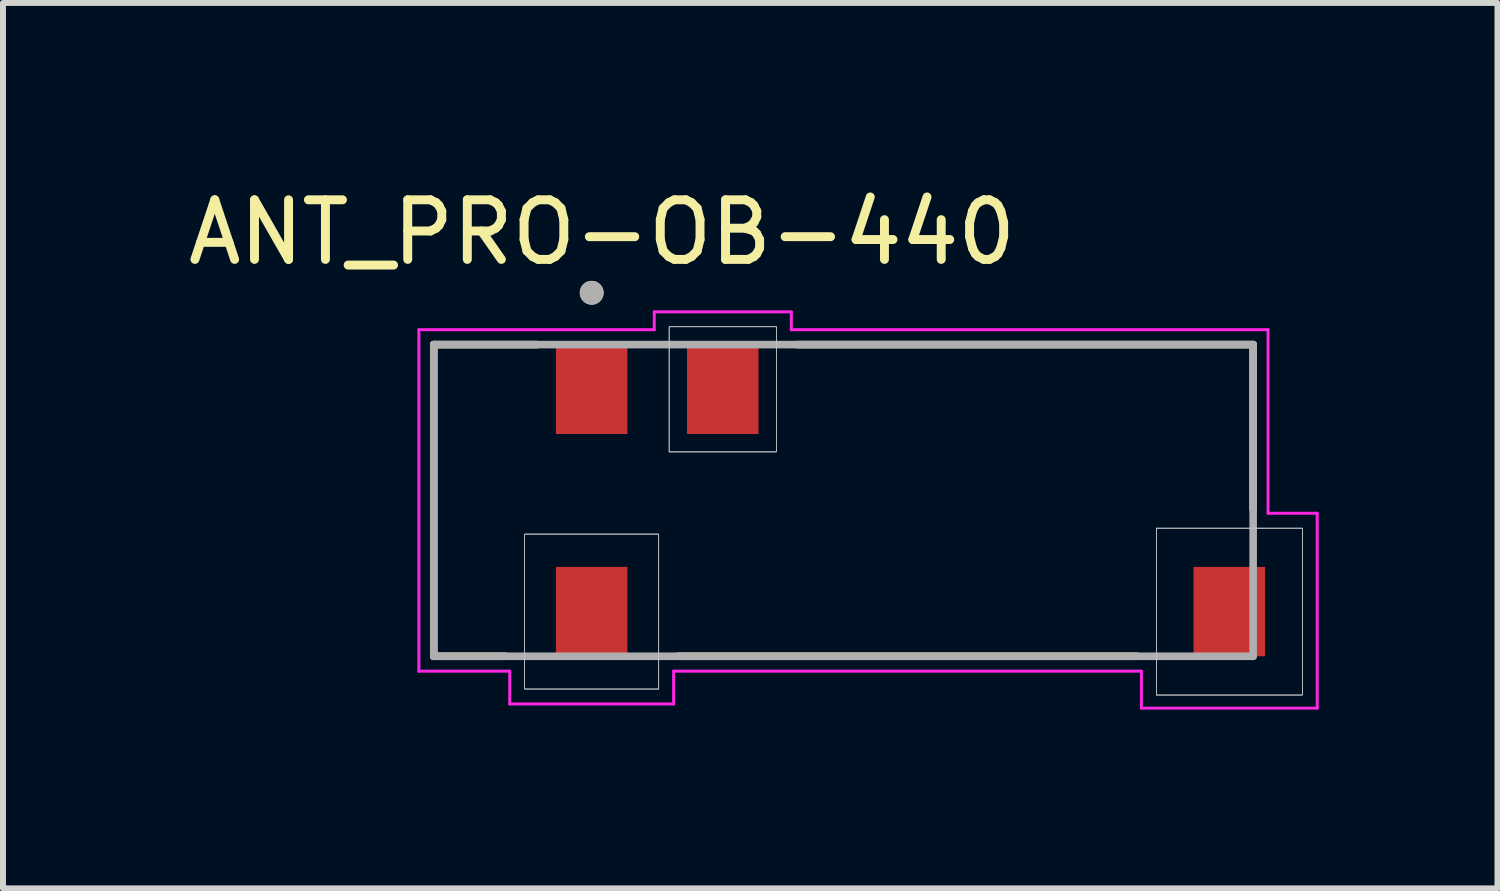
<source format=kicad_pcb>
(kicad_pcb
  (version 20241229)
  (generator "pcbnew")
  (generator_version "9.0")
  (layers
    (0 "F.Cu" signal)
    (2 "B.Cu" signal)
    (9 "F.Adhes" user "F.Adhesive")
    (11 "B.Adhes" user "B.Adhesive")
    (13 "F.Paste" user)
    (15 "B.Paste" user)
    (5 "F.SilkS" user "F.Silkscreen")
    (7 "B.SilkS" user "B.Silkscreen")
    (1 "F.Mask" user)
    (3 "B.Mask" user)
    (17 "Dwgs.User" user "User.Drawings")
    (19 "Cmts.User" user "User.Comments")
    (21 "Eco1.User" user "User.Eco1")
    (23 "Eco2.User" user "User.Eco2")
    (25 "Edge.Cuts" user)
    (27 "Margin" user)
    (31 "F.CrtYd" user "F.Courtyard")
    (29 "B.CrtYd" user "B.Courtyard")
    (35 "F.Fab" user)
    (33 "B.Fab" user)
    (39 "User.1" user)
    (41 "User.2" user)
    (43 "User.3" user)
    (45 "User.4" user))
  (footprint "ANT_PRO-OB-440"
    (layer "F.Cu")
    (at 6.879 3.483)
    (property "Reference" "ANT_PRO-OB-440" (at 0.175 -2.635 0) (layer "F.SilkS") (effects (font (size 1 1) (thickness 0.15))))
    (attr through_hole)
    (fp_line (start -2.65 -0.75) (end -2.65 4.48) (stroke (width 0.127) (type solid)) (layer "F.SilkS"))
    (fp_line (start -2.65 -0.75) (end -0.92 -0.75) (stroke (width 0.127) (type solid)) (layer "F.SilkS"))
    (fp_line (start -2.65 4.48) (end -1.445 4.48) (stroke (width 0.127) (type solid)) (layer "F.SilkS"))
    (fp_line (start 1.445 4.48) (end 9.155 4.48) (stroke (width 0.127) (type solid)) (layer "F.SilkS"))
    (fp_line (start 3.45 -0.75) (end 11.1 -0.75) (stroke (width 0.127) (type solid)) (layer "F.SilkS"))
    (fp_line (start 11.1 -0.75) (end 11.1 2.01) (stroke (width 0.127) (type solid)) (layer "F.SilkS"))
    (fp_circle (center 0 -1.62) (end 0.1 -1.62) (stroke (width 0.2) (type solid)) (fill no) (layer "F.SilkS"))
    (fp_poly (pts (xy -1.125 2.43) (xy 1.125 2.43) (xy 1.125 5.03) (xy -1.125 5.03)) (stroke (width 0.01) (type solid)) (fill no) (layer "Dwgs.User"))
    (fp_poly (pts (xy -1.125 2.43) (xy 1.125 2.43) (xy 1.125 5.03) (xy -1.125 5.03)) (stroke (width 0.01) (type solid)) (fill no) (layer "Dwgs.User"))
    (fp_poly (pts (xy -1.125 2.43) (xy 1.125 2.43) (xy 1.125 5.03) (xy -1.125 5.03)) (stroke (width 0.01) (type solid)) (fill no) (layer "Dwgs.User"))
    (fp_poly (pts (xy 1.3 -1.05) (xy 3.1 -1.05) (xy 3.1 1.05) (xy 1.3 1.05)) (stroke (width 0.01) (type solid)) (fill no) (layer "Dwgs.User"))
    (fp_poly (pts (xy 1.3 -1.05) (xy 3.1 -1.05) (xy 3.1 1.05) (xy 1.3 1.05)) (stroke (width 0.01) (type solid)) (fill no) (layer "Dwgs.User"))
    (fp_poly (pts (xy 1.3 -1.05) (xy 3.1 -1.05) (xy 3.1 1.05) (xy 1.3 1.05)) (stroke (width 0.01) (type solid)) (fill no) (layer "Dwgs.User"))
    (fp_poly (pts (xy 9.475 2.33) (xy 11.925 2.33) (xy 11.925 5.13) (xy 9.475 5.13)) (stroke (width 0.01) (type solid)) (fill no) (layer "Dwgs.User"))
    (fp_poly (pts (xy 9.475 2.33) (xy 11.925 2.33) (xy 11.925 5.13) (xy 9.475 5.13)) (stroke (width 0.01) (type solid)) (fill no) (layer "Dwgs.User"))
    (fp_poly (pts (xy 9.475 2.33) (xy 11.925 2.33) (xy 11.925 5.13) (xy 9.475 5.13)) (stroke (width 0.01) (type solid)) (fill no) (layer "Dwgs.User"))
    (fp_line (start -2.9 -1) (end -2.9 4.73) (stroke (width 0.05) (type solid)) (layer "F.CrtYd"))
    (fp_line (start -2.9 -1) (end 1.05 -1) (stroke (width 0.05) (type solid)) (layer "F.CrtYd"))
    (fp_line (start -2.9 4.73) (end -1.375 4.73) (stroke (width 0.05) (type solid)) (layer "F.CrtYd"))
    (fp_line (start -1.375 4.73) (end -1.375 5.28) (stroke (width 0.05) (type solid)) (layer "F.CrtYd"))
    (fp_line (start -1.375 5.28) (end 1.375 5.28) (stroke (width 0.05) (type solid)) (layer "F.CrtYd"))
    (fp_line (start 1.05 -1.3) (end 3.35 -1.3) (stroke (width 0.05) (type solid)) (layer "F.CrtYd"))
    (fp_line (start 1.05 -1) (end 1.05 -1.3) (stroke (width 0.05) (type solid)) (layer "F.CrtYd"))
    (fp_line (start 1.375 5.28) (end 1.375 4.73) (stroke (width 0.05) (type solid)) (layer "F.CrtYd"))
    (fp_line (start 3.35 -1.3) (end 3.35 -1) (stroke (width 0.05) (type solid)) (layer "F.CrtYd"))
    (fp_line (start 3.35 -1) (end 11.35 -1) (stroke (width 0.05) (type solid)) (layer "F.CrtYd"))
    (fp_line (start 9.225 4.73) (end 1.375 4.73) (stroke (width 0.05) (type solid)) (layer "F.CrtYd"))
    (fp_line (start 9.225 4.73) (end 9.225 5.35) (stroke (width 0.05) (type solid)) (layer "F.CrtYd"))
    (fp_line (start 9.225 5.35) (end 12.175 5.35) (stroke (width 0.05) (type solid)) (layer "F.CrtYd"))
    (fp_line (start 11.35 -1) (end 11.35 2.08) (stroke (width 0.05) (type solid)) (layer "F.CrtYd"))
    (fp_line (start 11.35 2.08) (end 12.175 2.08) (stroke (width 0.05) (type solid)) (layer "F.CrtYd"))
    (fp_line (start 12.175 2.08) (end 12.175 5.35) (stroke (width 0.05) (type solid)) (layer "F.CrtYd"))
    (fp_line (start -2.65 -0.75) (end -2.65 4.48) (stroke (width 0.127) (type solid)) (layer "F.Fab"))
    (fp_line (start -2.65 4.48) (end 11.1 4.48) (stroke (width 0.127) (type solid)) (layer "F.Fab"))
    (fp_line (start 11.1 -0.75) (end -2.65 -0.75) (stroke (width 0.127) (type solid)) (layer "F.Fab"))
    (fp_line (start 11.1 4.48) (end 11.1 -0.75) (stroke (width 0.127) (type solid)) (layer "F.Fab"))
    (fp_circle (center 0 -1.62) (end 0.1 -1.62) (stroke (width 0.2) (type solid)) (fill no) (layer "F.Fab"))
    (pad "1" smd rect (at 0 0) (size 1.2 1.5) (layers "F.Cu" "F.Mask" "F.Paste"))
    (pad "2" smd rect (at 2.2 0) (size 1.2 1.5) (layers "F.Cu" "F.Mask" "F.Paste"))
    (pad "3" smd rect (at 0 3.73) (size 1.2 1.5) (layers "F.Cu" "F.Mask" "F.Paste"))
    (pad "4" smd rect (at 10.7 3.73) (size 1.2 1.5) (layers "F.Cu" "F.Mask" "F.Paste")))
  (gr_rect
    (start -3 -3)
    (end 22.079 11.858)
    (stroke (width 0.1) (type default))
    (fill no)
    (layer "Edge.Cuts")))
</source>
